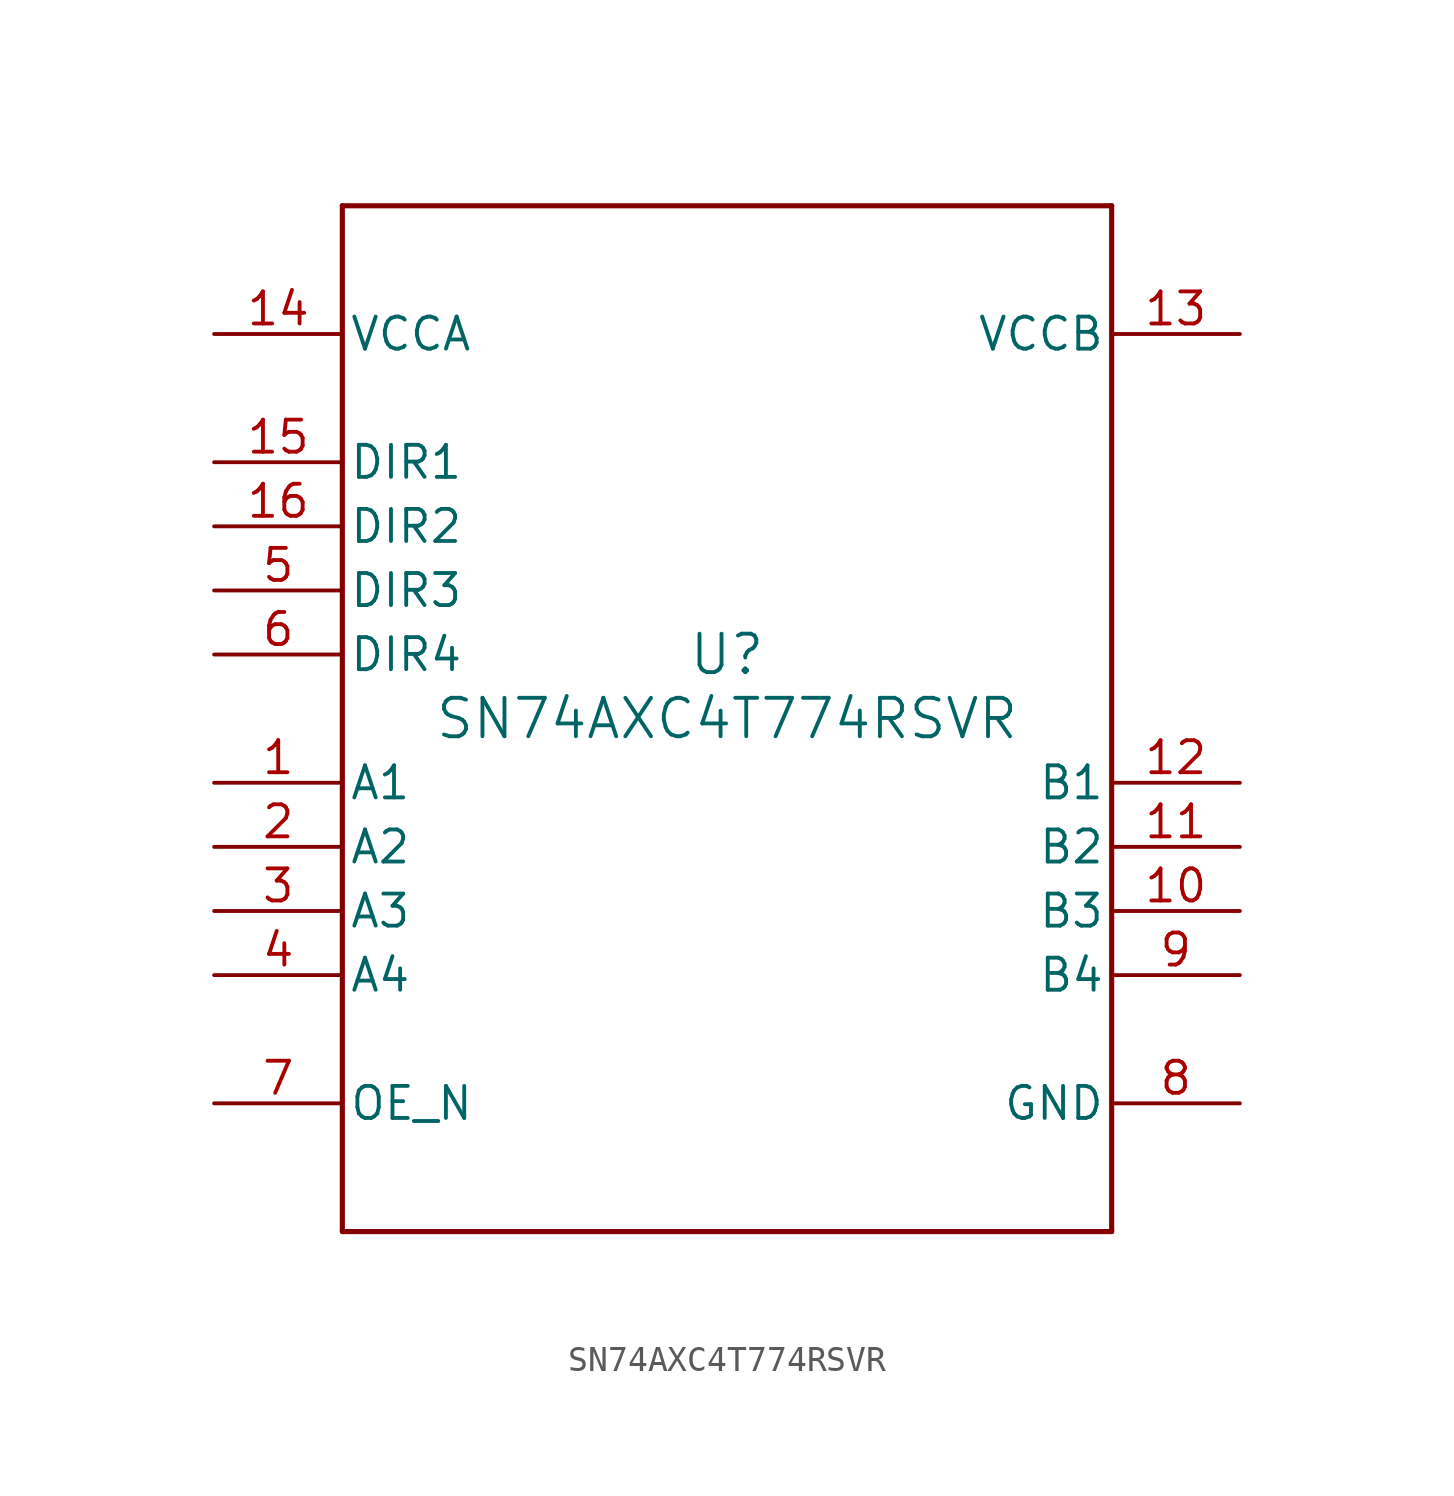
<source format=kicad_sym>
(kicad_symbol_lib
  (version 20211014)
  (generator kicad_symbol_editor)
  (symbol "SN74AXC4T774RSVR"
    (pin_names
      (offset 0.254))
    (property "Reference" "U"
      (at 0 2.54 0)
      (effects (font (size 1.524 1.524))))
    (property "Value" "SN74AXC4T774RSVR"
      (at 0 0 0)
      (effects (font (size 1.524 1.524))))
    (symbol "SN74AXC4T774RSVR_0_1"
      (polyline (pts (xy -15.24 -20.32) (xy 15.24 -20.32)) (stroke (width 0.203) (type default) (color 0 0 0 0)) (fill (type none)))
      (polyline (pts (xy 15.24 -20.32) (xy 15.24 20.32)) (stroke (width 0.203) (type default) (color 0 0 0 0)) (fill (type none)))
      (polyline (pts (xy 15.24 20.32) (xy -15.24 20.32)) (stroke (width 0.203) (type default) (color 0 0 0 0)) (fill (type none)))
      (polyline (pts (xy -15.24 20.32) (xy -15.24 -20.32)) (stroke (width 0.203) (type default) (color 0 0 0 0)) (fill (type none)))
      (pin bidirectional line (at -20.32 -2.54 0) (length 5.08) (name "A1" (effects (font (size 1.27 1.27)))) (number "1" (effects (font (size 1.27 1.27)))))
      (pin bidirectional line (at -20.32 -5.08 0) (length 5.08) (name "A2" (effects (font (size 1.27 1.27)))) (number "2" (effects (font (size 1.27 1.27)))))
      (pin bidirectional line (at -20.32 -7.62 0) (length 5.08) (name "A3" (effects (font (size 1.27 1.27)))) (number "3" (effects (font (size 1.27 1.27)))))
      (pin bidirectional line (at -20.32 -10.16 0) (length 5.08) (name "A4" (effects (font (size 1.27 1.27)))) (number "4" (effects (font (size 1.27 1.27)))))
      (pin input line (at -20.32 5.08 0) (length 5.08) (name "DIR3" (effects (font (size 1.27 1.27)))) (number "5" (effects (font (size 1.27 1.27)))))
      (pin input line (at -20.32 2.54 0) (length 5.08) (name "DIR4" (effects (font (size 1.27 1.27)))) (number "6" (effects (font (size 1.27 1.27)))))
      (pin input line (at -20.32 -15.24 0) (length 5.08) (name "OE_N" (effects (font (size 1.27 1.27)))) (number "7" (effects (font (size 1.27 1.27)))))
      (pin power_in line (at 20.32 -15.24 180) (length 5.08) (name "GND" (effects (font (size 1.27 1.27)))) (number "8" (effects (font (size 1.27 1.27)))))
      (pin bidirectional line (at 20.32 -10.16 180) (length 5.08) (name "B4" (effects (font (size 1.27 1.27)))) (number "9" (effects (font (size 1.27 1.27)))))
      (pin bidirectional line (at 20.32 -7.62 180) (length 5.08) (name "B3" (effects (font (size 1.27 1.27)))) (number "10" (effects (font (size 1.27 1.27)))))
      (pin bidirectional line (at 20.32 -5.08 180) (length 5.08) (name "B2" (effects (font (size 1.27 1.27)))) (number "11" (effects (font (size 1.27 1.27)))))
      (pin bidirectional line (at 20.32 -2.54 180) (length 5.08) (name "B1" (effects (font (size 1.27 1.27)))) (number "12" (effects (font (size 1.27 1.27)))))
      (pin power_in line (at 20.32 15.24 180) (length 5.08) (name "VCCB" (effects (font (size 1.27 1.27)))) (number "13" (effects (font (size 1.27 1.27)))))
      (pin power_in line (at -20.32 15.24 0) (length 5.08) (name "VCCA" (effects (font (size 1.27 1.27)))) (number "14" (effects (font (size 1.27 1.27)))))
      (pin input line (at -20.32 10.16 0) (length 5.08) (name "DIR1" (effects (font (size 1.27 1.27)))) (number "15" (effects (font (size 1.27 1.27)))))
      (pin input line (at -20.32 7.62 0) (length 5.08) (name "DIR2" (effects (font (size 1.27 1.27)))) (number "16" (effects (font (size 1.27 1.27))))))))
</source>
